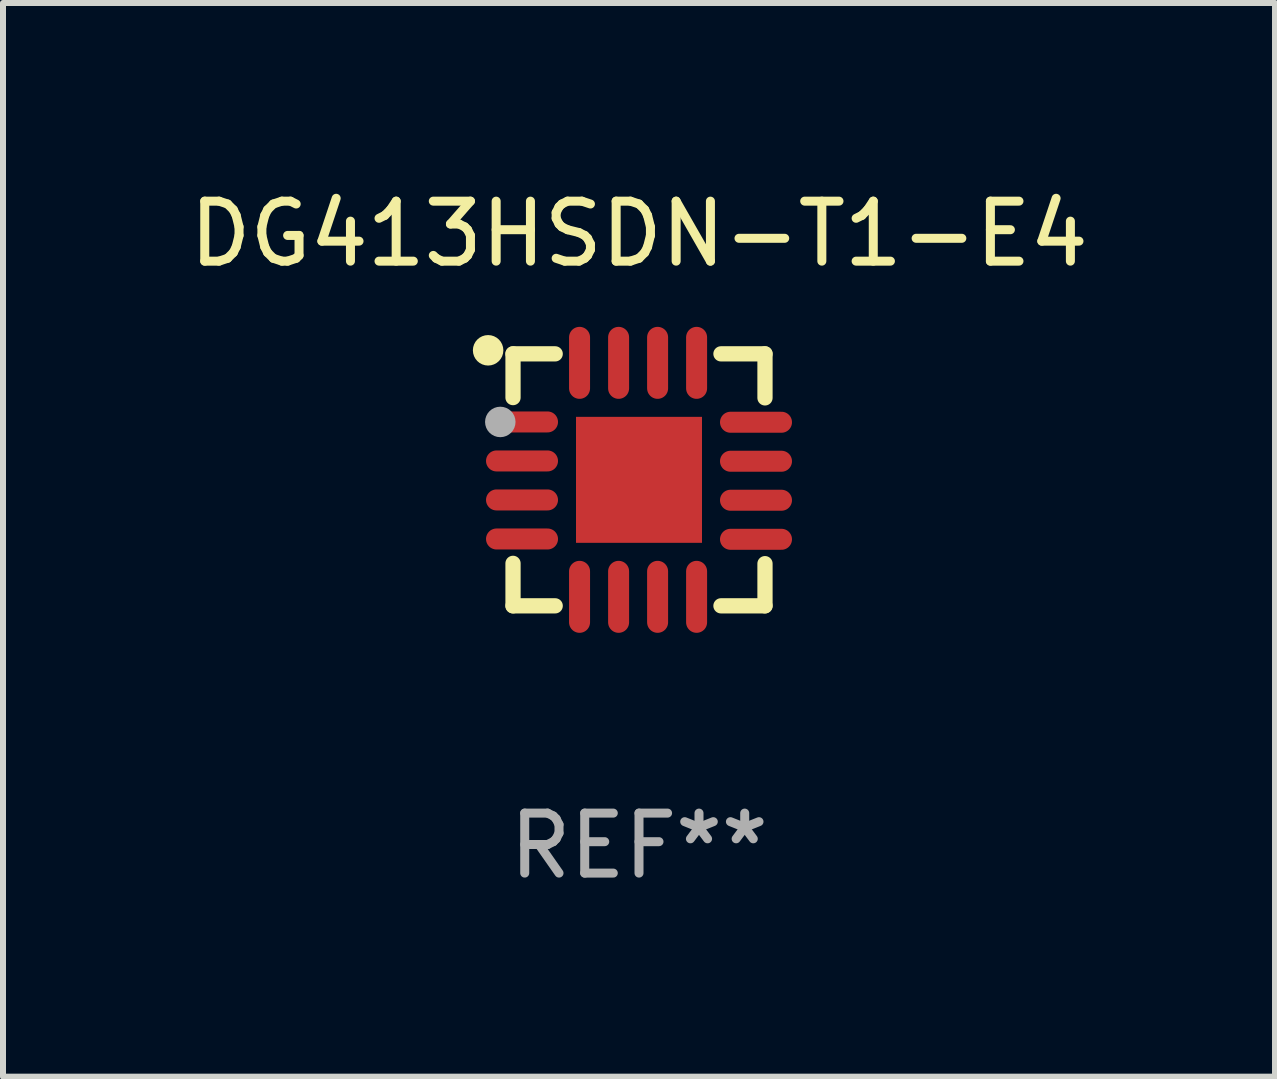
<source format=kicad_pcb>
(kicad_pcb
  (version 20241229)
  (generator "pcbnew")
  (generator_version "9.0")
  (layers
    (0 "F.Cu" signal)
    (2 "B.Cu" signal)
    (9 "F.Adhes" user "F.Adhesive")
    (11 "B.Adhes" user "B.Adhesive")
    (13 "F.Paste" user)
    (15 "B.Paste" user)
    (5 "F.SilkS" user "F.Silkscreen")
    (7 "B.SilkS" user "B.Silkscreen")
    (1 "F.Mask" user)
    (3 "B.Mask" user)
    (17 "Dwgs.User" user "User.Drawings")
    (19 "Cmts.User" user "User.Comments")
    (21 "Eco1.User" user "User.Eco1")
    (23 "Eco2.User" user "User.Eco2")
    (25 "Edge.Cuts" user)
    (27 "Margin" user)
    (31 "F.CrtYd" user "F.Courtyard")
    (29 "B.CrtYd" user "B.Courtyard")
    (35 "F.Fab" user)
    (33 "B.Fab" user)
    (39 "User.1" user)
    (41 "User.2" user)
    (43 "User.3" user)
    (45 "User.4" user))
  (footprint "DG413HSDN-T1-E4"
    (layer "F.Cu")
    (at 7.601 4.948)
    (property "Reference" "DG413HSDN-T1-E4" (at 0 -4.1 0) (layer "F.SilkS") (effects (font (size 1 1) (thickness 0.15))))
    (attr through_hole)
    (fp_line (start -2.1 -2.1) (end -2.1 -1.371) (stroke (width 0.254) (type solid)) (layer "F.SilkS"))
    (fp_line (start -2.1 -2.1) (end -1.397 -2.1) (stroke (width 0.254) (type solid)) (layer "F.SilkS"))
    (fp_line (start -2.1 1.392) (end -2.1 2.1) (stroke (width 0.254) (type solid)) (layer "F.SilkS"))
    (fp_line (start -2.1 2.1) (end -1.397 2.1) (stroke (width 0.254) (type solid)) (layer "F.SilkS"))
    (fp_line (start 1.366 -2.1) (end 2.1 -2.1) (stroke (width 0.254) (type solid)) (layer "F.SilkS"))
    (fp_line (start 1.366 2.1) (end 2.1 2.1) (stroke (width 0.254) (type solid)) (layer "F.SilkS"))
    (fp_line (start 2.1 -2.1) (end 2.1 -1.366) (stroke (width 0.254) (type solid)) (layer "F.SilkS"))
    (fp_line (start 2.1 1.397) (end 2.1 2.1) (stroke (width 0.254) (type solid)) (layer "F.SilkS"))
    (fp_circle (center -2.515 -2.159) (end -2.388 -2.159) (stroke (width 0.254) (type solid)) (fill no) (layer "F.SilkS"))
    (fp_circle (center -2.045 -1.97) (end -2.015 -1.97) (stroke (width 0.06) (type solid)) (fill no) (layer "F.SilkS"))
    (fp_circle (center -2.312 -0.965) (end -2.185 -0.965) (stroke (width 0.254) (type solid)) (fill no) (layer "F.Fab"))
    (fp_text user "REF**" (at 0 6.1 0) (layer "F.Fab") (effects (font (size 1 1) (thickness 0.15))))
    (pad "1" smd oval (at -1.95 -0.965 270) (size 0.35 1.2) (layers "F.Cu" "F.Mask" "F.Paste"))
    (pad "2" smd oval (at -1.95 -0.315 270) (size 0.35 1.2) (layers "F.Cu" "F.Mask" "F.Paste"))
    (pad "3" smd oval (at -1.95 0.335 270) (size 0.35 1.2) (layers "F.Cu" "F.Mask" "F.Paste"))
    (pad "4" smd oval (at -1.95 0.986 270) (size 0.35 1.2) (layers "F.Cu" "F.Mask" "F.Paste"))
    (pad "5" smd oval (at -0.991 1.95) (size 0.35 1.2) (layers "F.Cu" "F.Mask" "F.Paste"))
    (pad "6" smd oval (at -0.34 1.95) (size 0.35 1.2) (layers "F.Cu" "F.Mask" "F.Paste"))
    (pad "7" smd oval (at 0.31 1.95) (size 0.35 1.2) (layers "F.Cu" "F.Mask" "F.Paste"))
    (pad "8" smd oval (at 0.96 1.95) (size 0.35 1.2) (layers "F.Cu" "F.Mask" "F.Paste"))
    (pad "9" smd oval (at 1.95 0.991 270) (size 0.35 1.2) (layers "F.Cu" "F.Mask" "F.Paste"))
    (pad "10" smd oval (at 1.95 0.34 270) (size 0.35 1.2) (layers "F.Cu" "F.Mask" "F.Paste"))
    (pad "11" smd oval (at 1.95 -0.31 270) (size 0.35 1.2) (layers "F.Cu" "F.Mask" "F.Paste"))
    (pad "12" smd oval (at 1.95 -0.96 270) (size 0.35 1.2) (layers "F.Cu" "F.Mask" "F.Paste"))
    (pad "13" smd oval (at 0.96 -1.95) (size 0.35 1.2) (layers "F.Cu" "F.Mask" "F.Paste"))
    (pad "14" smd oval (at 0.31 -1.95) (size 0.35 1.2) (layers "F.Cu" "F.Mask" "F.Paste"))
    (pad "15" smd oval (at -0.34 -1.95) (size 0.35 1.2) (layers "F.Cu" "F.Mask" "F.Paste"))
    (pad "16" smd oval (at -0.991 -1.95) (size 0.35 1.2) (layers "F.Cu" "F.Mask" "F.Paste"))
    (pad "17" smd rect (at 0 0) (size 2.1 2.1) (layers "F.Cu" "F.Mask" "F.Paste")))
  (gr_rect
    (start -3 -3)
    (end 18.202 14.896)
    (stroke (width 0.1) (type default))
    (fill no)
    (layer "Edge.Cuts")))
</source>
